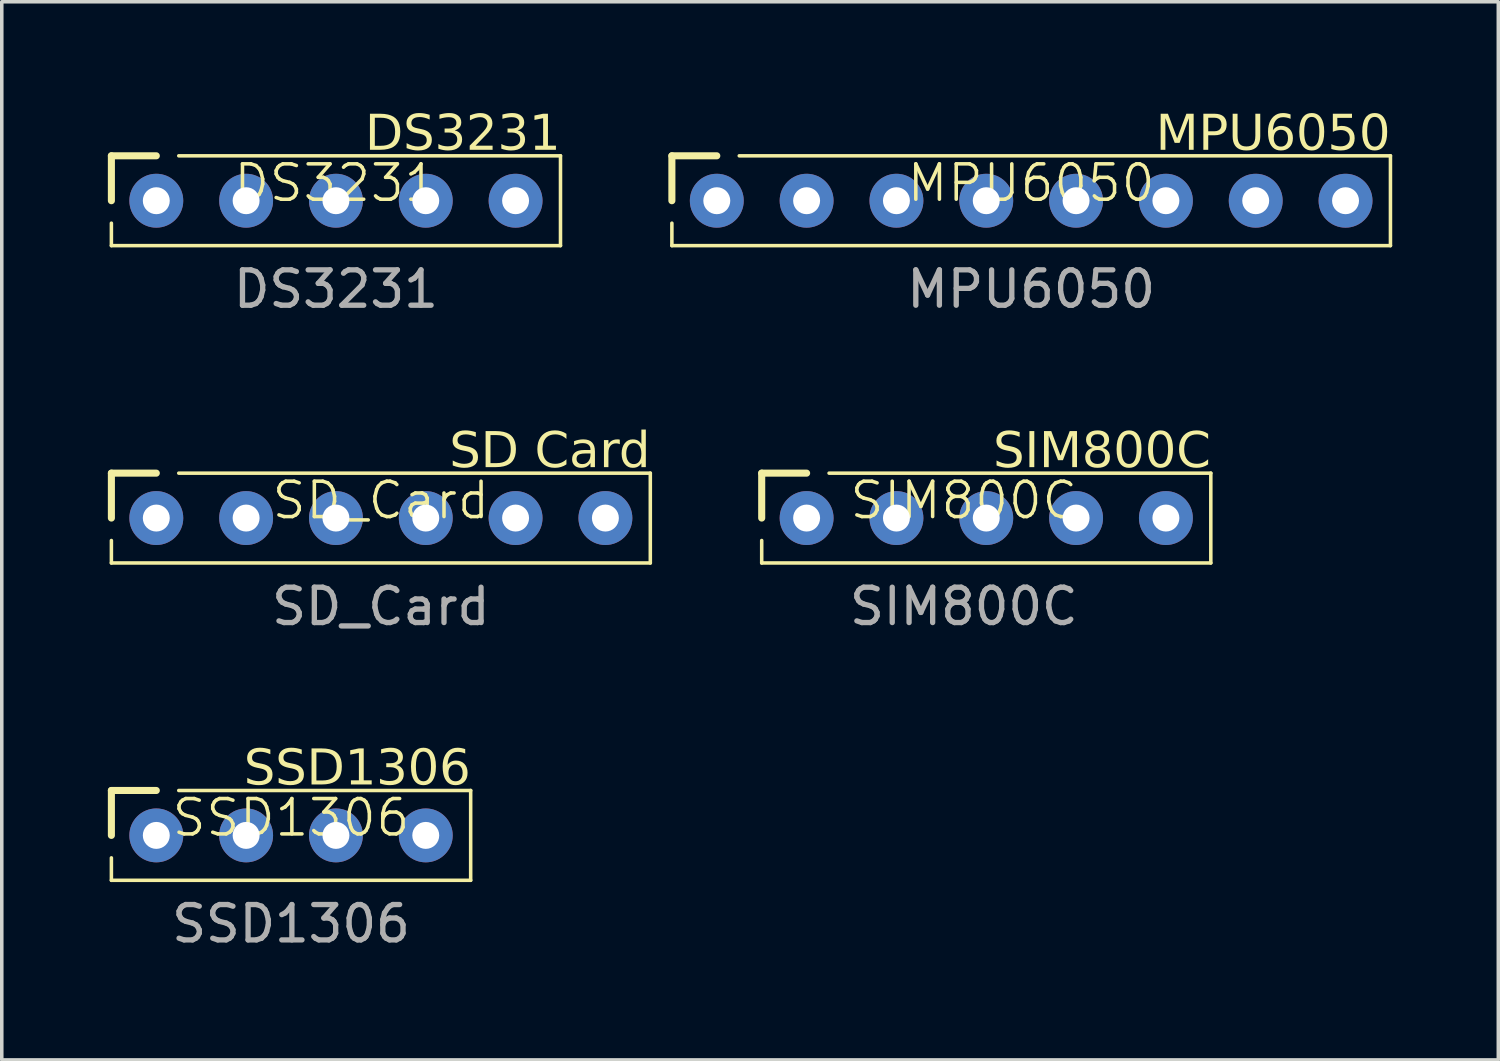
<source format=kicad_pcb>
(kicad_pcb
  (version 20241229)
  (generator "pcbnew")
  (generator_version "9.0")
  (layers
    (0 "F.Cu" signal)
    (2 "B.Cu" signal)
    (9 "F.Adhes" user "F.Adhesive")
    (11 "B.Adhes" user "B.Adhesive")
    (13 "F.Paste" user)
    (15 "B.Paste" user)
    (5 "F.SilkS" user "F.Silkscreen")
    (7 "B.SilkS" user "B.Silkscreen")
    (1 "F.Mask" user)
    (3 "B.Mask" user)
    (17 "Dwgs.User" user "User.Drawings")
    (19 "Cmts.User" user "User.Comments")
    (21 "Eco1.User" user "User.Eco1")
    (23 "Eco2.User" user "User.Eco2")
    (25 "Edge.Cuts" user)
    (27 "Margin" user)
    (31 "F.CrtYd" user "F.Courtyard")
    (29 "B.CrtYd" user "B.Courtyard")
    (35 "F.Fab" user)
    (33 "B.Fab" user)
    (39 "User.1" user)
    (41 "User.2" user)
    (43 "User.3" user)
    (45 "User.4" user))
  (footprint "SIM800C"
    (layer "F.Cu")
    (at 24.205 11.6)
    (property "Reference" "SIM800C" (at 0 -0.5 0) (unlocked yes) (layer "F.SilkS") (effects (font (size 1 1) (thickness 0.1))))
    (attr through_hole)
    (fp_line (start -5.715 -1.27) (end -4.445 -1.27) (stroke (width 0.2) (type default)) (layer "F.SilkS"))
    (fp_line (start -5.715 0) (end -5.715 -1.27) (stroke (width 0.2) (type default)) (layer "F.SilkS"))
    (fp_line (start -5.715 1.27) (end -5.715 0.635) (stroke (width 0.1) (type default)) (layer "F.SilkS"))
    (fp_line (start -5.715 1.27) (end 6.985 1.27) (stroke (width 0.1) (type default)) (layer "F.SilkS"))
    (fp_line (start 6.985 -1.27) (end -3.81 -1.27) (stroke (width 0.1) (type default)) (layer "F.SilkS"))
    (fp_line (start 6.985 1.27) (end 6.985 -1.27) (stroke (width 0.1) (type default)) (layer "F.SilkS"))
    (fp_text user "SIM800C" (at 6.985 -1.27 0) (unlocked yes) (layer "F.SilkS") (effects (font (face "JetBrains Mono") (size 1 1) (thickness 0.1)) (justify right bottom)))
    (fp_text user "${REFERENCE}" (at 0 2.5 0) (unlocked yes) (layer "F.Fab") (effects (font (size 1 1) (thickness 0.15))))
    (pad "1" thru_hole circle (at -4.445 0) (size 1.524 1.524) (drill 0.762) (layers "*.Cu" "*.Mask"))
    (pad "2" thru_hole circle (at -1.905 0) (size 1.524 1.524) (drill 0.762) (layers "*.Cu" "*.Mask"))
    (pad "3" thru_hole circle (at 0.635 0) (size 1.524 1.524) (drill 0.762) (layers "*.Cu" "*.Mask"))
    (pad "4" thru_hole circle (at 3.175 0) (size 1.524 1.524) (drill 0.762) (layers "*.Cu" "*.Mask"))
    (pad "5" thru_hole circle (at 5.715 0) (size 1.524 1.524) (drill 0.762) (layers "*.Cu" "*.Mask")))
  (footprint "DS3231"
    (layer "F.Cu")
    (at 6.45 2.626)
    (property "Reference" "DS3231" (at 0 -0.5 0) (unlocked yes) (layer "F.SilkS") (effects (font (size 1 1) (thickness 0.1))))
    (attr through_hole)
    (fp_line (start -6.35 -1.27) (end -5.08 -1.27) (stroke (width 0.2) (type default)) (layer "F.SilkS"))
    (fp_line (start -6.35 0) (end -6.35 -1.27) (stroke (width 0.2) (type default)) (layer "F.SilkS"))
    (fp_line (start -6.35 1.27) (end -6.35 0.635) (stroke (width 0.1) (type default)) (layer "F.SilkS"))
    (fp_line (start -6.35 1.27) (end 6.35 1.27) (stroke (width 0.1) (type default)) (layer "F.SilkS"))
    (fp_line (start 6.35 -1.27) (end -4.445 -1.27) (stroke (width 0.1) (type default)) (layer "F.SilkS"))
    (fp_line (start 6.35 1.27) (end 6.35 -1.27) (stroke (width 0.1) (type default)) (layer "F.SilkS"))
    (fp_text user "DS3231" (at 6.35 -1.27 0) (unlocked yes) (layer "F.SilkS") (effects (font (face "JetBrains Mono") (size 1 1) (thickness 0.1)) (justify right bottom)))
    (fp_text user "${REFERENCE}" (at 0 2.5 0) (unlocked yes) (layer "F.Fab") (effects (font (size 1 1) (thickness 0.15))))
    (pad "1" thru_hole circle (at -5.08 0) (size 1.524 1.524) (drill 0.762) (layers "*.Cu" "*.Mask"))
    (pad "2" thru_hole circle (at -2.54 0) (size 1.524 1.524) (drill 0.762) (layers "*.Cu" "*.Mask"))
    (pad "3" thru_hole circle (at 0 0) (size 1.524 1.524) (drill 0.762) (layers "*.Cu" "*.Mask"))
    (pad "4" thru_hole circle (at 2.54 0) (size 1.524 1.524) (drill 0.762) (layers "*.Cu" "*.Mask"))
    (pad "5" thru_hole circle (at 5.08 0) (size 1.524 1.524) (drill 0.762) (layers "*.Cu" "*.Mask")))
  (footprint "MPU6050"
    (layer "F.Cu")
    (at 26.11 2.626)
    (property "Reference" "MPU6050" (at 0 -0.5 0) (unlocked yes) (layer "F.SilkS") (effects (font (size 1 1) (thickness 0.1))))
    (attr through_hole)
    (fp_line (start -10.16 -1.27) (end -8.89 -1.27) (stroke (width 0.2) (type default)) (layer "F.SilkS"))
    (fp_line (start -10.16 0) (end -10.16 -1.27) (stroke (width 0.2) (type default)) (layer "F.SilkS"))
    (fp_line (start -10.16 1.27) (end -10.16 0.635) (stroke (width 0.1) (type default)) (layer "F.SilkS"))
    (fp_line (start -10.16 1.27) (end 10.16 1.27) (stroke (width 0.1) (type default)) (layer "F.SilkS"))
    (fp_line (start 10.16 -1.27) (end -8.255 -1.27) (stroke (width 0.1) (type default)) (layer "F.SilkS"))
    (fp_line (start 10.16 1.27) (end 10.16 -1.27) (stroke (width 0.1) (type default)) (layer "F.SilkS"))
    (fp_text user "MPU6050" (at 10.16 -1.27 0) (unlocked yes) (layer "F.SilkS") (effects (font (face "JetBrains Mono") (size 1 1) (thickness 0.1)) (justify right bottom)))
    (fp_text user "${REFERENCE}" (at 0 2.5 0) (unlocked yes) (layer "F.Fab") (effects (font (size 1 1) (thickness 0.15))))
    (pad "1" thru_hole circle (at -8.89 0) (size 1.524 1.524) (drill 0.762) (layers "*.Cu" "*.Mask"))
    (pad "2" thru_hole circle (at -6.35 0) (size 1.524 1.524) (drill 0.762) (layers "*.Cu" "*.Mask"))
    (pad "3" thru_hole circle (at -3.81 0) (size 1.524 1.524) (drill 0.762) (layers "*.Cu" "*.Mask"))
    (pad "4" thru_hole circle (at -1.27 0) (size 1.524 1.524) (drill 0.762) (layers "*.Cu" "*.Mask"))
    (pad "5" thru_hole circle (at 1.27 0) (size 1.524 1.524) (drill 0.762) (layers "*.Cu" "*.Mask"))
    (pad "6" thru_hole circle (at 3.81 0) (size 1.524 1.524) (drill 0.762) (layers "*.Cu" "*.Mask"))
    (pad "7" thru_hole circle (at 6.35 0) (size 1.524 1.524) (drill 0.762) (layers "*.Cu" "*.Mask"))
    (pad "8" thru_hole circle (at 8.89 0) (size 1.524 1.524) (drill 0.762) (layers "*.Cu" "*.Mask")))
  (footprint "SD_Card"
    (layer "F.Cu")
    (at 7.72 11.6)
    (property "Reference" "SD_Card" (at 0 -0.5 0) (unlocked yes) (layer "F.SilkS") (effects (font (size 1 1) (thickness 0.1))))
    (attr through_hole)
    (fp_line (start -7.62 -1.27) (end -6.35 -1.27) (stroke (width 0.2) (type default)) (layer "F.SilkS"))
    (fp_line (start -7.62 0) (end -7.62 -1.27) (stroke (width 0.2) (type default)) (layer "F.SilkS"))
    (fp_line (start -7.62 1.27) (end -7.62 0.635) (stroke (width 0.1) (type default)) (layer "F.SilkS"))
    (fp_line (start -7.62 1.27) (end 7.62 1.27) (stroke (width 0.1) (type default)) (layer "F.SilkS"))
    (fp_line (start 7.62 -1.27) (end -5.715 -1.27) (stroke (width 0.1) (type default)) (layer "F.SilkS"))
    (fp_line (start 7.62 1.27) (end 7.62 -1.27) (stroke (width 0.1) (type default)) (layer "F.SilkS"))
    (fp_text user "SD Card" (at 7.62 -1.27 0) (unlocked yes) (layer "F.SilkS") (effects (font (face "JetBrains Mono") (size 1 1) (thickness 0.1)) (justify right bottom)))
    (fp_text user "${REFERENCE}" (at 0 2.5 0) (unlocked yes) (layer "F.Fab") (effects (font (size 1 1) (thickness 0.15))))
    (pad "1" thru_hole circle (at -6.35 0) (size 1.524 1.524) (drill 0.762) (layers "*.Cu" "*.Mask"))
    (pad "2" thru_hole circle (at -3.81 0) (size 1.524 1.524) (drill 0.762) (layers "*.Cu" "*.Mask"))
    (pad "3" thru_hole circle (at -1.27 0) (size 1.524 1.524) (drill 0.762) (layers "*.Cu" "*.Mask"))
    (pad "4" thru_hole circle (at 1.27 0) (size 1.524 1.524) (drill 0.762) (layers "*.Cu" "*.Mask"))
    (pad "5" thru_hole circle (at 3.81 0) (size 1.524 1.524) (drill 0.762) (layers "*.Cu" "*.Mask"))
    (pad "6" thru_hole circle (at 6.35 0) (size 1.524 1.524) (drill 0.762) (layers "*.Cu" "*.Mask")))
  (footprint "SSD1306"
    (layer "F.Cu")
    (at 5.18 20.574)
    (property "Reference" "SSD1306" (at 0 -0.5 0) (unlocked yes) (layer "F.SilkS") (effects (font (size 1 1) (thickness 0.1))))
    (attr through_hole)
    (fp_line (start -5.08 -1.27) (end -3.81 -1.27) (stroke (width 0.2) (type default)) (layer "F.SilkS"))
    (fp_line (start -5.08 0) (end -5.08 -1.27) (stroke (width 0.2) (type default)) (layer "F.SilkS"))
    (fp_line (start -5.08 1.27) (end -5.08 0.635) (stroke (width 0.1) (type default)) (layer "F.SilkS"))
    (fp_line (start -5.08 1.27) (end 5.08 1.27) (stroke (width 0.1) (type default)) (layer "F.SilkS"))
    (fp_line (start 5.08 -1.27) (end -3.175 -1.27) (stroke (width 0.1) (type default)) (layer "F.SilkS"))
    (fp_line (start 5.08 1.27) (end 5.08 -1.27) (stroke (width 0.1) (type default)) (layer "F.SilkS"))
    (fp_text user "SSD1306" (at 5.08 -1.27 0) (unlocked yes) (layer "F.SilkS") (effects (font (face "JetBrains Mono") (size 1 1) (thickness 0.1)) (justify right bottom)))
    (fp_text user "${REFERENCE}" (at 0 2.5 0) (unlocked yes) (layer "F.Fab") (effects (font (size 1 1) (thickness 0.15))))
    (pad "1" thru_hole circle (at -3.81 0) (size 1.524 1.524) (drill 0.762) (layers "*.Cu" "*.Mask"))
    (pad "2" thru_hole circle (at -1.27 0) (size 1.524 1.524) (drill 0.762) (layers "*.Cu" "*.Mask"))
    (pad "3" thru_hole circle (at 1.27 0) (size 1.524 1.524) (drill 0.762) (layers "*.Cu" "*.Mask"))
    (pad "4" thru_hole circle (at 3.81 0) (size 1.524 1.524) (drill 0.762) (layers "*.Cu" "*.Mask")))
  (gr_rect
    (start -3 -3)
    (end 39.32 26.922)
    (stroke (width 0.1) (type default))
    (fill no)
    (layer "Edge.Cuts")))
</source>
